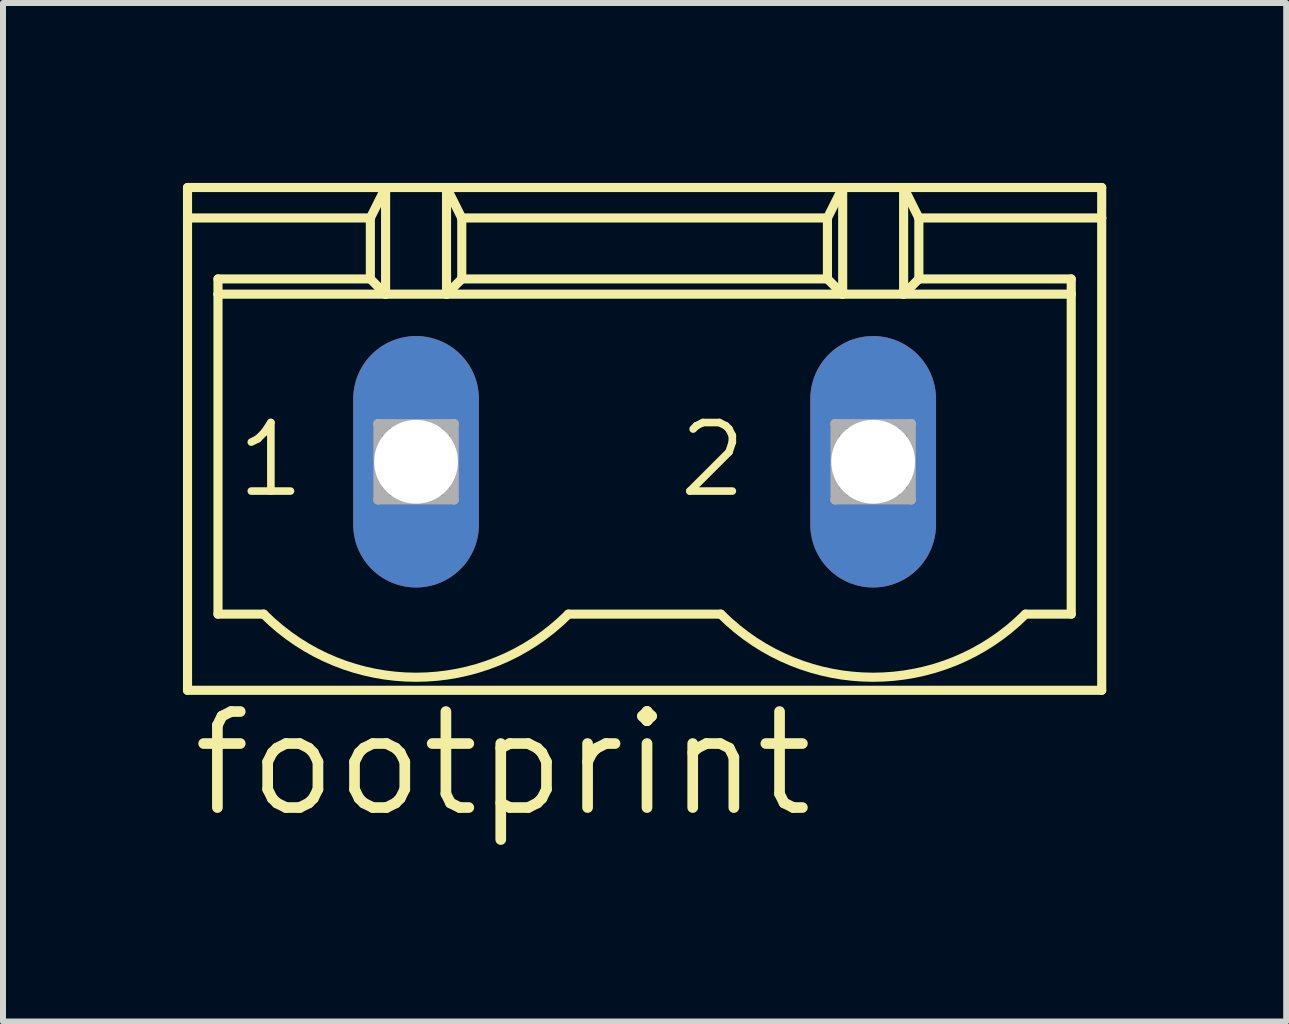
<source format=kicad_pcb>
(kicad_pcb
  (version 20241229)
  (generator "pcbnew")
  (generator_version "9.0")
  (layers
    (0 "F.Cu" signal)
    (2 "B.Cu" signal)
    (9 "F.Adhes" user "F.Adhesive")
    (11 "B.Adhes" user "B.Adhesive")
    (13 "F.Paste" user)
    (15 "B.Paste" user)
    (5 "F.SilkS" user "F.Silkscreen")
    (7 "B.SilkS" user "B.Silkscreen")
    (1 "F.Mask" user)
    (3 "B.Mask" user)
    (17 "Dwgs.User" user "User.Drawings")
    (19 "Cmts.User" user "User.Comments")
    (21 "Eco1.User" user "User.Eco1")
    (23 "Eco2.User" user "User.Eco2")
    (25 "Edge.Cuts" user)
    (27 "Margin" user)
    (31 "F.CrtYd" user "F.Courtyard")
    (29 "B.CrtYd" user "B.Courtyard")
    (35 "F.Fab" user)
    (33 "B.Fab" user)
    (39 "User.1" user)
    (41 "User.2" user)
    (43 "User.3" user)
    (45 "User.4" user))
  (footprint "footprint"
    (layer "F.Cu")
    (at 7.696 4.648)
    (property "Reference" "footprint" (at -7.62 5.969 0) (layer "F.SilkS") (effects (font (size 1.6 1.6) (thickness 0.178)) (justify left bottom)))
    (fp_line (start -7.62 -4.572) (end -4.318 -4.572) (stroke (width 0.152) (type solid)) (layer "F.SilkS"))
    (fp_line (start -7.62 -4.064) (end -7.62 -4.572) (stroke (width 0.152) (type solid)) (layer "F.SilkS"))
    (fp_line (start -7.62 -4.064) (end -4.572 -4.064) (stroke (width 0.152) (type solid)) (layer "F.SilkS"))
    (fp_line (start -7.62 3.81) (end -7.62 -4.064) (stroke (width 0.152) (type solid)) (layer "F.SilkS"))
    (fp_line (start -7.112 -3.048) (end -4.572 -3.048) (stroke (width 0.152) (type solid)) (layer "F.SilkS"))
    (fp_line (start -7.112 -2.794) (end -7.112 -3.048) (stroke (width 0.152) (type solid)) (layer "F.SilkS"))
    (fp_line (start -7.112 -2.794) (end -4.318 -2.794) (stroke (width 0.152) (type solid)) (layer "F.SilkS"))
    (fp_line (start -7.112 2.54) (end -7.112 -2.794) (stroke (width 0.152) (type solid)) (layer "F.SilkS"))
    (fp_line (start -6.35 2.54) (end -7.112 2.54) (stroke (width 0.152) (type solid)) (layer "F.SilkS"))
    (fp_line (start -4.572 -4.064) (end -4.318 -4.572) (stroke (width 0.152) (type solid)) (layer "F.SilkS"))
    (fp_line (start -4.572 -3.048) (end -4.572 -4.064) (stroke (width 0.152) (type solid)) (layer "F.SilkS"))
    (fp_line (start -4.572 -3.048) (end -4.318 -2.794) (stroke (width 0.152) (type solid)) (layer "F.SilkS"))
    (fp_line (start -4.318 -4.572) (end -3.302 -4.572) (stroke (width 0.152) (type solid)) (layer "F.SilkS"))
    (fp_line (start -4.318 -2.794) (end -4.318 -4.572) (stroke (width 0.152) (type solid)) (layer "F.SilkS"))
    (fp_line (start -4.318 -2.794) (end -3.302 -2.794) (stroke (width 0.152) (type solid)) (layer "F.SilkS"))
    (fp_line (start -3.302 -4.572) (end -3.048 -4.064) (stroke (width 0.152) (type solid)) (layer "F.SilkS"))
    (fp_line (start -3.302 -4.572) (end 3.302 -4.572) (stroke (width 0.152) (type solid)) (layer "F.SilkS"))
    (fp_line (start -3.302 -2.794) (end -3.302 -4.572) (stroke (width 0.152) (type solid)) (layer "F.SilkS"))
    (fp_line (start -3.302 -2.794) (end 3.302 -2.794) (stroke (width 0.152) (type solid)) (layer "F.SilkS"))
    (fp_line (start -3.048 -4.064) (end -3.048 -3.048) (stroke (width 0.152) (type solid)) (layer "F.SilkS"))
    (fp_line (start -3.048 -4.064) (end 3.048 -4.064) (stroke (width 0.152) (type solid)) (layer "F.SilkS"))
    (fp_line (start -3.048 -3.048) (end -3.302 -2.794) (stroke (width 0.152) (type solid)) (layer "F.SilkS"))
    (fp_line (start 1.27 2.54) (end -1.27 2.54) (stroke (width 0.152) (type solid)) (layer "F.SilkS"))
    (fp_line (start 3.048 -4.064) (end 3.048 -3.048) (stroke (width 0.152) (type solid)) (layer "F.SilkS"))
    (fp_line (start 3.048 -4.064) (end 3.302 -4.572) (stroke (width 0.152) (type solid)) (layer "F.SilkS"))
    (fp_line (start 3.048 -3.048) (end -3.048 -3.048) (stroke (width 0.152) (type solid)) (layer "F.SilkS"))
    (fp_line (start 3.048 -3.048) (end 3.302 -2.794) (stroke (width 0.152) (type solid)) (layer "F.SilkS"))
    (fp_line (start 3.302 -4.572) (end 4.318 -4.572) (stroke (width 0.152) (type solid)) (layer "F.SilkS"))
    (fp_line (start 3.302 -2.794) (end 3.302 -4.572) (stroke (width 0.152) (type solid)) (layer "F.SilkS"))
    (fp_line (start 3.302 -2.794) (end 4.318 -2.794) (stroke (width 0.152) (type solid)) (layer "F.SilkS"))
    (fp_line (start 4.318 -4.572) (end 4.572 -4.064) (stroke (width 0.152) (type solid)) (layer "F.SilkS"))
    (fp_line (start 4.318 -4.572) (end 7.62 -4.572) (stroke (width 0.152) (type solid)) (layer "F.SilkS"))
    (fp_line (start 4.318 -2.794) (end 4.318 -4.572) (stroke (width 0.152) (type solid)) (layer "F.SilkS"))
    (fp_line (start 4.318 -2.794) (end 7.112 -2.794) (stroke (width 0.152) (type solid)) (layer "F.SilkS"))
    (fp_line (start 4.572 -4.064) (end 4.572 -3.048) (stroke (width 0.152) (type solid)) (layer "F.SilkS"))
    (fp_line (start 4.572 -4.064) (end 7.62 -4.064) (stroke (width 0.152) (type solid)) (layer "F.SilkS"))
    (fp_line (start 4.572 -3.048) (end 4.318 -2.794) (stroke (width 0.152) (type solid)) (layer "F.SilkS"))
    (fp_line (start 4.572 -3.048) (end 7.112 -3.048) (stroke (width 0.152) (type solid)) (layer "F.SilkS"))
    (fp_line (start 7.112 -3.048) (end 7.112 -2.794) (stroke (width 0.152) (type solid)) (layer "F.SilkS"))
    (fp_line (start 7.112 -2.794) (end 7.112 2.54) (stroke (width 0.152) (type solid)) (layer "F.SilkS"))
    (fp_line (start 7.112 2.54) (end 6.35 2.54) (stroke (width 0.152) (type solid)) (layer "F.SilkS"))
    (fp_line (start 7.62 -4.064) (end 7.62 -4.572) (stroke (width 0.152) (type solid)) (layer "F.SilkS"))
    (fp_line (start 7.62 3.81) (end -7.62 3.81) (stroke (width 0.152) (type solid)) (layer "F.SilkS"))
    (fp_line (start 7.62 3.81) (end 7.62 -4.064) (stroke (width 0.152) (type solid)) (layer "F.SilkS"))
    (fp_arc (start -1.27 2.54) (mid -3.81 3.592102) (end -6.35 2.54) (stroke (width 0.1524) (type solid)) (layer "F.SilkS"))
    (fp_arc (start 6.35 2.54) (mid 3.81 3.592102) (end 1.27 2.54) (stroke (width 0.1524) (type solid)) (layer "F.SilkS"))
    (fp_line (start -4.445 -0.635) (end -4.445 0.635) (stroke (width 0.152) (type solid)) (layer "F.Fab"))
    (fp_line (start -4.445 -0.635) (end -3.175 0.635) (stroke (width 0.152) (type solid)) (layer "F.Fab"))
    (fp_line (start -4.445 0.635) (end -3.175 -0.635) (stroke (width 0.152) (type solid)) (layer "F.Fab"))
    (fp_line (start -4.445 0.635) (end -3.175 0.635) (stroke (width 0.152) (type solid)) (layer "F.Fab"))
    (fp_line (start -3.175 -0.635) (end -4.445 -0.635) (stroke (width 0.152) (type solid)) (layer "F.Fab"))
    (fp_line (start -3.175 0.635) (end -3.175 -0.635) (stroke (width 0.152) (type solid)) (layer "F.Fab"))
    (fp_line (start 3.175 -0.635) (end 3.175 0.635) (stroke (width 0.152) (type solid)) (layer "F.Fab"))
    (fp_line (start 3.175 -0.635) (end 4.445 0.635) (stroke (width 0.152) (type solid)) (layer "F.Fab"))
    (fp_line (start 3.175 0.635) (end 4.445 -0.635) (stroke (width 0.152) (type solid)) (layer "F.Fab"))
    (fp_line (start 3.175 0.635) (end 4.445 0.635) (stroke (width 0.152) (type solid)) (layer "F.Fab"))
    (fp_line (start 4.445 -0.635) (end 3.175 -0.635) (stroke (width 0.152) (type solid)) (layer "F.Fab"))
    (fp_line (start 4.445 0.635) (end 4.445 -0.635) (stroke (width 0.152) (type solid)) (layer "F.Fab"))
    (fp_text user "2" (at 0.508 0.635 0) (layer "F.SilkS") (effects (font (size 1.143 1.143) (thickness 0.127)) (justify left bottom)))
    (fp_text user "1" (at -6.858 0.635 0) (layer "F.SilkS") (effects (font (size 1.143 1.143) (thickness 0.127)) (justify left bottom)))
    (pad "1" thru_hole oval (at -3.81 0 90) (size 4.191 2.095) (drill 1.397) (layers "*.Cu" "*.Mask"))
    (pad "2" thru_hole oval (at 3.81 0 90) (size 4.191 2.095) (drill 1.397) (layers "*.Cu" "*.Mask")))
  (gr_rect
    (start -3 -3)
    (end 18.392 13.98)
    (stroke (width 0.1) (type default))
    (fill no)
    (layer "Edge.Cuts")))
</source>
